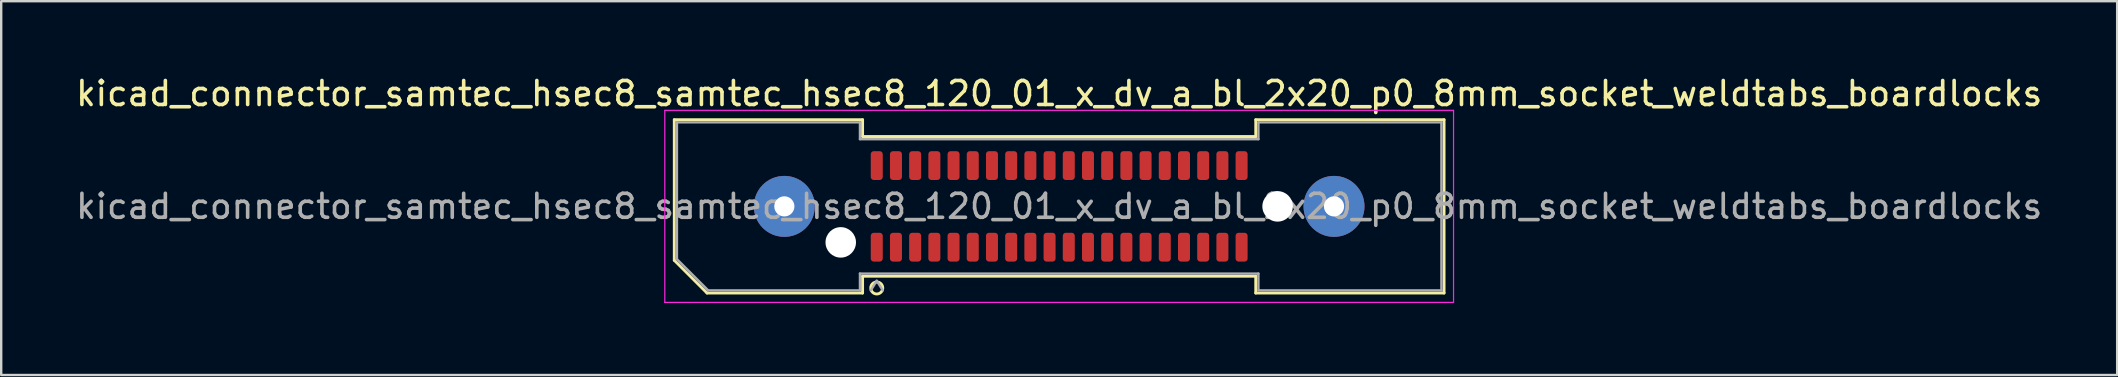
<source format=kicad_pcb>
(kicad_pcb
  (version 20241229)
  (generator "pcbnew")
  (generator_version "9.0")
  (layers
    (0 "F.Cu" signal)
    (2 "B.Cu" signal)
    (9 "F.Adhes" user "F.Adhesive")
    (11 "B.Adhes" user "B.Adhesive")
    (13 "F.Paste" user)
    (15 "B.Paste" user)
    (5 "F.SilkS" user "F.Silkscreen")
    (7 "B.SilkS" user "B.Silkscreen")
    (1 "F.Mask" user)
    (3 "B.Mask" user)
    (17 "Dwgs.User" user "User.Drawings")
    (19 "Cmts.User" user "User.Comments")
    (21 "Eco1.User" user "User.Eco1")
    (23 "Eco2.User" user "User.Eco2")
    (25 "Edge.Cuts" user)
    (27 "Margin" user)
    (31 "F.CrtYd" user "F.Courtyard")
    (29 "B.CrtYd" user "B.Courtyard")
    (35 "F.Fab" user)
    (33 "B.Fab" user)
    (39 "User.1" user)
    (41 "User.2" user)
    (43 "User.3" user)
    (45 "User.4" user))
  (footprint "kicad_connector_samtec_hsec8_samtec_hsec8_120_01_x_dv_a_bl_2x20_p0_8mm_socket_weldtabs_boardlocks"
    (layer "F.Cu")
    (at 41.077 5.548)
    (property "Reference" "kicad_connector_samtec_hsec8_samtec_hsec8_120_01_x_dv_a_bl_2x20_p0_8mm_socket_weldtabs_boardlocks" (at 0 -4.7 0) (layer "F.SilkS") (effects (font (size 1 1) (thickness 0.15))))
    (attr smd)
    (fp_line (start -16.035 -3.61) (end -8.19 -3.61) (stroke (width 0.12) (type solid)) (layer "F.SilkS"))
    (fp_line (start -16.035 2.246) (end -16.035 -3.61) (stroke (width 0.12) (type solid)) (layer "F.SilkS"))
    (fp_line (start -14.671 3.61) (end -16.035 2.246) (stroke (width 0.12) (type solid)) (layer "F.SilkS"))
    (fp_line (start -8.19 -3.61) (end -8.19 -2.91) (stroke (width 0.12) (type solid)) (layer "F.SilkS"))
    (fp_line (start -8.19 -2.91) (end 8.19 -2.91) (stroke (width 0.12) (type solid)) (layer "F.SilkS"))
    (fp_line (start -8.19 2.91) (end -8.19 3.61) (stroke (width 0.12) (type solid)) (layer "F.SilkS"))
    (fp_line (start -8.19 3.61) (end -14.671 3.61) (stroke (width 0.12) (type solid)) (layer "F.SilkS"))
    (fp_line (start 8.19 -3.61) (end 16.035 -3.61) (stroke (width 0.12) (type solid)) (layer "F.SilkS"))
    (fp_line (start 8.19 -2.91) (end 8.19 -3.61) (stroke (width 0.12) (type solid)) (layer "F.SilkS"))
    (fp_line (start 8.19 2.91) (end -8.19 2.91) (stroke (width 0.12) (type solid)) (layer "F.SilkS"))
    (fp_line (start 8.19 3.61) (end 8.19 2.91) (stroke (width 0.12) (type solid)) (layer "F.SilkS"))
    (fp_line (start 16.035 -3.61) (end 16.035 3.61) (stroke (width 0.12) (type solid)) (layer "F.SilkS"))
    (fp_line (start 16.035 3.61) (end 8.19 3.61) (stroke (width 0.12) (type solid)) (layer "F.SilkS"))
    (fp_circle (center -7.6 3.4) (end -7.35 3.4) (stroke (width 0.12) (type solid)) (fill no) (layer "F.SilkS"))
    (fp_line (start -16.43 -4) (end -16.43 4) (stroke (width 0.05) (type solid)) (layer "F.CrtYd"))
    (fp_line (start -16.43 4) (end 16.43 4) (stroke (width 0.05) (type solid)) (layer "F.CrtYd"))
    (fp_line (start 16.43 -4) (end -16.43 -4) (stroke (width 0.05) (type solid)) (layer "F.CrtYd"))
    (fp_line (start 16.43 4) (end 16.43 -4) (stroke (width 0.05) (type solid)) (layer "F.CrtYd"))
    (fp_line (start -15.925 -3.5) (end -8.3 -3.5) (stroke (width 0.1) (type solid)) (layer "F.Fab"))
    (fp_line (start -15.925 2.2) (end -15.925 -3.5) (stroke (width 0.1) (type solid)) (layer "F.Fab"))
    (fp_line (start -14.625 3.5) (end -15.925 2.2) (stroke (width 0.1) (type solid)) (layer "F.Fab"))
    (fp_line (start -8.3 -3.5) (end -8.3 -2.8) (stroke (width 0.1) (type solid)) (layer "F.Fab"))
    (fp_line (start -8.3 -2.8) (end 8.3 -2.8) (stroke (width 0.1) (type solid)) (layer "F.Fab"))
    (fp_line (start -8.3 2.8) (end -8.3 3.5) (stroke (width 0.1) (type solid)) (layer "F.Fab"))
    (fp_line (start -8.3 3.5) (end -14.625 3.5) (stroke (width 0.1) (type solid)) (layer "F.Fab"))
    (fp_line (start -7.6 3.1) (end -7.85 3.5) (stroke (width 0.1) (type solid)) (layer "F.Fab"))
    (fp_line (start -7.6 3.1) (end -7.35 3.5) (stroke (width 0.1) (type solid)) (layer "F.Fab"))
    (fp_line (start 8.3 -3.5) (end 15.925 -3.5) (stroke (width 0.1) (type solid)) (layer "F.Fab"))
    (fp_line (start 8.3 -2.8) (end 8.3 -3.5) (stroke (width 0.1) (type solid)) (layer "F.Fab"))
    (fp_line (start 8.3 2.8) (end -8.3 2.8) (stroke (width 0.1) (type solid)) (layer "F.Fab"))
    (fp_line (start 8.3 3.5) (end 8.3 2.8) (stroke (width 0.1) (type solid)) (layer "F.Fab"))
    (fp_line (start 15.925 -3.5) (end 15.925 3.5) (stroke (width 0.1) (type solid)) (layer "F.Fab"))
    (fp_line (start 15.925 3.5) (end 8.3 3.5) (stroke (width 0.1) (type solid)) (layer "F.Fab"))
    (fp_text user "${REFERENCE}" (at 0 0 0) (layer "F.Fab") (effects (font (size 1 1) (thickness 0.15))))
    (pad "" thru_hole circle (at -11.45 0) (size 2.54 2.54) (drill 0.84) (layers "*.Cu" "*.Mask" "F.Paste"))
    (pad "" np_thru_hole circle (at -9.1 1.5) (size 1.27 1.27) (drill 1.27) (layers "*.Cu" "*.Mask"))
    (pad "" np_thru_hole circle (at 9.1 0) (size 1.27 1.27) (drill 1.27) (layers "*.Cu" "*.Mask"))
    (pad "" thru_hole circle (at 11.45 0) (size 2.54 2.54) (drill 0.84) (layers "*.Cu" "*.Mask" "F.Paste"))
    (pad "1" smd roundrect (at -7.6 1.7) (size 0.5 1.2) (layers "F.Cu" "F.Mask" "F.Paste") (roundrect_rratio 0.25))
    (pad "2" smd roundrect (at -7.6 -1.7) (size 0.5 1.2) (layers "F.Cu" "F.Mask" "F.Paste") (roundrect_rratio 0.25))
    (pad "3" smd roundrect (at -6.8 1.7) (size 0.5 1.2) (layers "F.Cu" "F.Mask" "F.Paste") (roundrect_rratio 0.25))
    (pad "4" smd roundrect (at -6.8 -1.7) (size 0.5 1.2) (layers "F.Cu" "F.Mask" "F.Paste") (roundrect_rratio 0.25))
    (pad "5" smd roundrect (at -6 1.7) (size 0.5 1.2) (layers "F.Cu" "F.Mask" "F.Paste") (roundrect_rratio 0.25))
    (pad "6" smd roundrect (at -6 -1.7) (size 0.5 1.2) (layers "F.Cu" "F.Mask" "F.Paste") (roundrect_rratio 0.25))
    (pad "7" smd roundrect (at -5.2 1.7) (size 0.5 1.2) (layers "F.Cu" "F.Mask" "F.Paste") (roundrect_rratio 0.25))
    (pad "8" smd roundrect (at -5.2 -1.7) (size 0.5 1.2) (layers "F.Cu" "F.Mask" "F.Paste") (roundrect_rratio 0.25))
    (pad "9" smd roundrect (at -4.4 1.7) (size 0.5 1.2) (layers "F.Cu" "F.Mask" "F.Paste") (roundrect_rratio 0.25))
    (pad "10" smd roundrect (at -4.4 -1.7) (size 0.5 1.2) (layers "F.Cu" "F.Mask" "F.Paste") (roundrect_rratio 0.25))
    (pad "11" smd roundrect (at -3.6 1.7) (size 0.5 1.2) (layers "F.Cu" "F.Mask" "F.Paste") (roundrect_rratio 0.25))
    (pad "12" smd roundrect (at -3.6 -1.7) (size 0.5 1.2) (layers "F.Cu" "F.Mask" "F.Paste") (roundrect_rratio 0.25))
    (pad "13" smd roundrect (at -2.8 1.7) (size 0.5 1.2) (layers "F.Cu" "F.Mask" "F.Paste") (roundrect_rratio 0.25))
    (pad "14" smd roundrect (at -2.8 -1.7) (size 0.5 1.2) (layers "F.Cu" "F.Mask" "F.Paste") (roundrect_rratio 0.25))
    (pad "15" smd roundrect (at -2 1.7) (size 0.5 1.2) (layers "F.Cu" "F.Mask" "F.Paste") (roundrect_rratio 0.25))
    (pad "16" smd roundrect (at -2 -1.7) (size 0.5 1.2) (layers "F.Cu" "F.Mask" "F.Paste") (roundrect_rratio 0.25))
    (pad "17" smd roundrect (at -1.2 1.7) (size 0.5 1.2) (layers "F.Cu" "F.Mask" "F.Paste") (roundrect_rratio 0.25))
    (pad "18" smd roundrect (at -1.2 -1.7) (size 0.5 1.2) (layers "F.Cu" "F.Mask" "F.Paste") (roundrect_rratio 0.25))
    (pad "19" smd roundrect (at -0.4 1.7) (size 0.5 1.2) (layers "F.Cu" "F.Mask" "F.Paste") (roundrect_rratio 0.25))
    (pad "20" smd roundrect (at -0.4 -1.7) (size 0.5 1.2) (layers "F.Cu" "F.Mask" "F.Paste") (roundrect_rratio 0.25))
    (pad "21" smd roundrect (at 0.4 1.7) (size 0.5 1.2) (layers "F.Cu" "F.Mask" "F.Paste") (roundrect_rratio 0.25))
    (pad "22" smd roundrect (at 0.4 -1.7) (size 0.5 1.2) (layers "F.Cu" "F.Mask" "F.Paste") (roundrect_rratio 0.25))
    (pad "23" smd roundrect (at 1.2 1.7) (size 0.5 1.2) (layers "F.Cu" "F.Mask" "F.Paste") (roundrect_rratio 0.25))
    (pad "24" smd roundrect (at 1.2 -1.7) (size 0.5 1.2) (layers "F.Cu" "F.Mask" "F.Paste") (roundrect_rratio 0.25))
    (pad "25" smd roundrect (at 2 1.7) (size 0.5 1.2) (layers "F.Cu" "F.Mask" "F.Paste") (roundrect_rratio 0.25))
    (pad "26" smd roundrect (at 2 -1.7) (size 0.5 1.2) (layers "F.Cu" "F.Mask" "F.Paste") (roundrect_rratio 0.25))
    (pad "27" smd roundrect (at 2.8 1.7) (size 0.5 1.2) (layers "F.Cu" "F.Mask" "F.Paste") (roundrect_rratio 0.25))
    (pad "28" smd roundrect (at 2.8 -1.7) (size 0.5 1.2) (layers "F.Cu" "F.Mask" "F.Paste") (roundrect_rratio 0.25))
    (pad "29" smd roundrect (at 3.6 1.7) (size 0.5 1.2) (layers "F.Cu" "F.Mask" "F.Paste") (roundrect_rratio 0.25))
    (pad "30" smd roundrect (at 3.6 -1.7) (size 0.5 1.2) (layers "F.Cu" "F.Mask" "F.Paste") (roundrect_rratio 0.25))
    (pad "31" smd roundrect (at 4.4 1.7) (size 0.5 1.2) (layers "F.Cu" "F.Mask" "F.Paste") (roundrect_rratio 0.25))
    (pad "32" smd roundrect (at 4.4 -1.7) (size 0.5 1.2) (layers "F.Cu" "F.Mask" "F.Paste") (roundrect_rratio 0.25))
    (pad "33" smd roundrect (at 5.2 1.7) (size 0.5 1.2) (layers "F.Cu" "F.Mask" "F.Paste") (roundrect_rratio 0.25))
    (pad "34" smd roundrect (at 5.2 -1.7) (size 0.5 1.2) (layers "F.Cu" "F.Mask" "F.Paste") (roundrect_rratio 0.25))
    (pad "35" smd roundrect (at 6 1.7) (size 0.5 1.2) (layers "F.Cu" "F.Mask" "F.Paste") (roundrect_rratio 0.25))
    (pad "36" smd roundrect (at 6 -1.7) (size 0.5 1.2) (layers "F.Cu" "F.Mask" "F.Paste") (roundrect_rratio 0.25))
    (pad "37" smd roundrect (at 6.8 1.7) (size 0.5 1.2) (layers "F.Cu" "F.Mask" "F.Paste") (roundrect_rratio 0.25))
    (pad "38" smd roundrect (at 6.8 -1.7) (size 0.5 1.2) (layers "F.Cu" "F.Mask" "F.Paste") (roundrect_rratio 0.25))
    (pad "39" smd roundrect (at 7.6 1.7) (size 0.5 1.2) (layers "F.Cu" "F.Mask" "F.Paste") (roundrect_rratio 0.25))
    (pad "40" smd roundrect (at 7.6 -1.7) (size 0.5 1.2) (layers "F.Cu" "F.Mask" "F.Paste") (roundrect_rratio 0.25)))
  (gr_rect
    (start -3 -3)
    (end 85.155 12.573)
    (stroke (width 0.1) (type default))
    (fill no)
    (layer "Edge.Cuts")))
</source>
